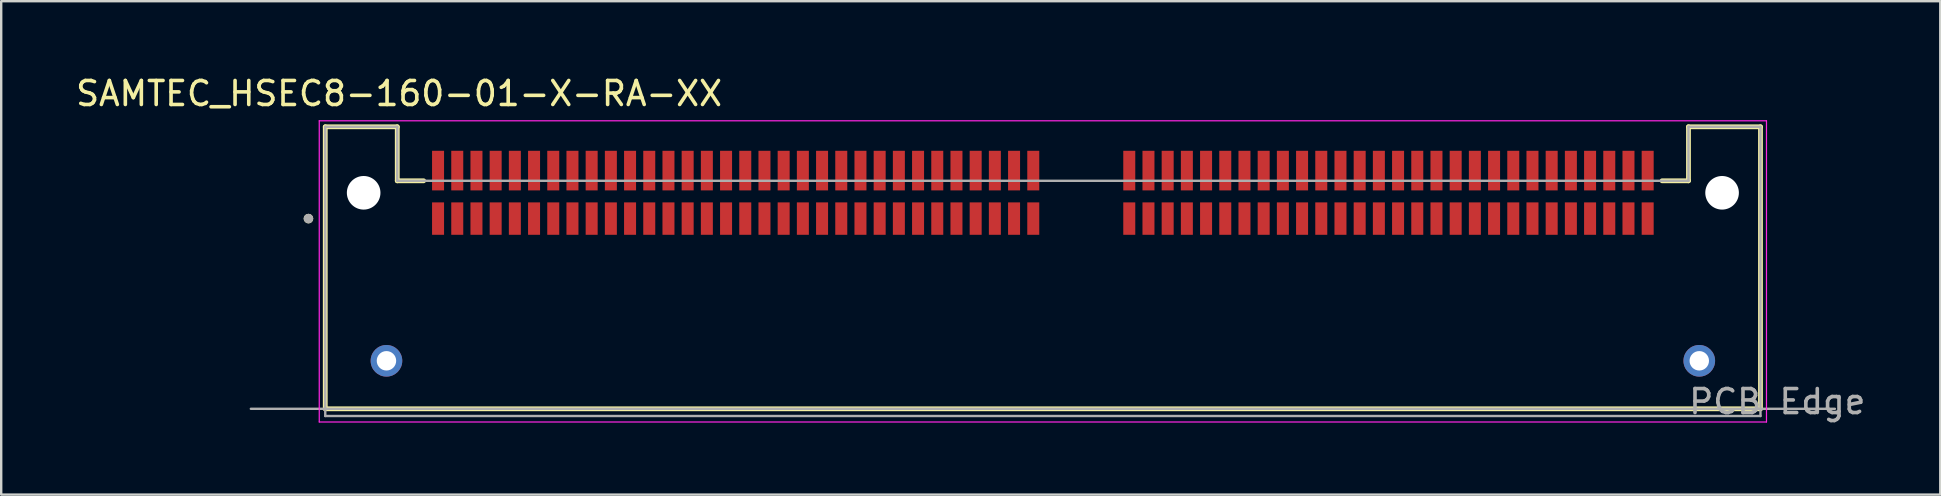
<source format=kicad_pcb>
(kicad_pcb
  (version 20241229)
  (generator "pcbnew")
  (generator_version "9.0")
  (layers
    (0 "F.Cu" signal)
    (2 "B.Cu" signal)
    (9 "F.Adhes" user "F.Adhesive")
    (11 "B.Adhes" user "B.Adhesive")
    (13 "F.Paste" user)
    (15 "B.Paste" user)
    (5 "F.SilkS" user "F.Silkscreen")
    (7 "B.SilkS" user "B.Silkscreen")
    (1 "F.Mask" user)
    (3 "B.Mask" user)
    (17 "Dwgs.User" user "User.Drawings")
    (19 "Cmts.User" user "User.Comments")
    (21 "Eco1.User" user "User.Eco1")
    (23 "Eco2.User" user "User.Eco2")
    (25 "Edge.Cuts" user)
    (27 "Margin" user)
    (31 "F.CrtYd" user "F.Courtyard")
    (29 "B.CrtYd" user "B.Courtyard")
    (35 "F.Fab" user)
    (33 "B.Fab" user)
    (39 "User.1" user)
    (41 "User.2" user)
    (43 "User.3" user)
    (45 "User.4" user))
  (footprint "SAMTEC_HSEC8-160-01-X-RA-XX"
    (layer "F.Cu")
    (at 40.402 4.983)
    (property "Reference" "SAMTEC_HSEC8-160-01-X-RA-XX" (at -26.825 -4.135 0) (layer "F.SilkS") (effects (font (size 1 1) (thickness 0.15))))
    (attr smd)
    (fp_line (start -29.9 -2.75) (end -26.9 -2.75) (stroke (width 0.2) (type solid)) (layer "F.SilkS"))
    (fp_line (start -29.9 9) (end -29.9 -2.75) (stroke (width 0.2) (type solid)) (layer "F.SilkS"))
    (fp_line (start -26.9 -2.75) (end -26.9 -0.5) (stroke (width 0.2) (type solid)) (layer "F.SilkS"))
    (fp_line (start -26.9 -0.5) (end -25.8 -0.5) (stroke (width 0.2) (type solid)) (layer "F.SilkS"))
    (fp_line (start 25.8 -0.5) (end 26.9 -0.5) (stroke (width 0.2) (type solid)) (layer "F.SilkS"))
    (fp_line (start 26.9 -2.75) (end 29.9 -2.75) (stroke (width 0.2) (type solid)) (layer "F.SilkS"))
    (fp_line (start 26.9 -0.5) (end 26.9 -2.75) (stroke (width 0.2) (type solid)) (layer "F.SilkS"))
    (fp_line (start 29.9 -2.75) (end 29.9 9) (stroke (width 0.2) (type solid)) (layer "F.SilkS"))
    (fp_line (start 29.9 9) (end -29.9 9) (stroke (width 0.2) (type solid)) (layer "F.SilkS"))
    (fp_circle (center -30.6 1.075) (end -30.5 1.075) (stroke (width 0.2) (type solid)) (fill no) (layer "F.SilkS"))
    (fp_circle (center -27.35 7) (end -26.747 7) (stroke (width 1.205) (type solid)) (fill no) (layer "F.Paste"))
    (fp_circle (center 27.35 7) (end 27.953 7) (stroke (width 1.205) (type solid)) (fill no) (layer "F.Paste"))
    (fp_line (start -30.15 -3) (end 30.15 -3) (stroke (width 0.05) (type solid)) (layer "F.CrtYd"))
    (fp_line (start -30.15 9.55) (end -30.15 -3) (stroke (width 0.05) (type solid)) (layer "F.CrtYd"))
    (fp_line (start 30.15 -3) (end 30.15 9.55) (stroke (width 0.05) (type solid)) (layer "F.CrtYd"))
    (fp_line (start 30.15 9.55) (end -30.15 9.55) (stroke (width 0.05) (type solid)) (layer "F.CrtYd"))
    (fp_line (start -33 9) (end 33 9) (stroke (width 0.1) (type solid)) (layer "F.Fab"))
    (fp_line (start -29.9 -2.75) (end -26.9 -2.75) (stroke (width 0.1) (type solid)) (layer "F.Fab"))
    (fp_line (start -29.9 9.3) (end -29.9 -2.75) (stroke (width 0.1) (type solid)) (layer "F.Fab"))
    (fp_line (start -26.9 -2.75) (end -26.9 -0.5) (stroke (width 0.1) (type solid)) (layer "F.Fab"))
    (fp_line (start -26.9 -0.5) (end 26.9 -0.5) (stroke (width 0.1) (type solid)) (layer "F.Fab"))
    (fp_line (start 26.9 -2.75) (end 29.9 -2.75) (stroke (width 0.1) (type solid)) (layer "F.Fab"))
    (fp_line (start 26.9 -0.5) (end 26.9 -2.75) (stroke (width 0.1) (type solid)) (layer "F.Fab"))
    (fp_line (start 29.9 -2.75) (end 29.9 9.3) (stroke (width 0.1) (type solid)) (layer "F.Fab"))
    (fp_line (start 29.9 9.3) (end -29.9 9.3) (stroke (width 0.1) (type solid)) (layer "F.Fab"))
    (fp_circle (center -30.6 1.075) (end -30.5 1.075) (stroke (width 0.2) (type solid)) (fill no) (layer "F.Fab"))
    (fp_text user "PCB Edge" (at 30.6 8.7 0) (layer "F.Fab") (effects (font (size 1 1) (thickness 0.15))))
    (pad "" np_thru_hole circle (at -28.3 0) (size 1.4 1.4) (drill 1.4) (layers "*.Cu" "*.Mask"))
    (pad "" np_thru_hole circle (at 28.3 0) (size 1.4 1.4) (drill 1.4) (layers "*.Cu" "*.Mask"))
    (pad "1" smd rect (at -25.2 1.075) (size 0.5 1.35) (layers "F.Cu" "F.Mask" "F.Paste"))
    (pad "2" smd rect (at -25.2 -0.925) (size 0.5 1.65) (layers "F.Cu" "F.Mask" "F.Paste"))
    (pad "3" smd rect (at -24.4 1.075) (size 0.5 1.35) (layers "F.Cu" "F.Mask" "F.Paste"))
    (pad "4" smd rect (at -24.4 -0.925) (size 0.5 1.65) (layers "F.Cu" "F.Mask" "F.Paste"))
    (pad "5" smd rect (at -23.6 1.075) (size 0.5 1.35) (layers "F.Cu" "F.Mask" "F.Paste"))
    (pad "6" smd rect (at -23.6 -0.925) (size 0.5 1.65) (layers "F.Cu" "F.Mask" "F.Paste"))
    (pad "7" smd rect (at -22.8 1.075) (size 0.5 1.35) (layers "F.Cu" "F.Mask" "F.Paste"))
    (pad "8" smd rect (at -22.8 -0.925) (size 0.5 1.65) (layers "F.Cu" "F.Mask" "F.Paste"))
    (pad "9" smd rect (at -22 1.075) (size 0.5 1.35) (layers "F.Cu" "F.Mask" "F.Paste"))
    (pad "10" smd rect (at -22 -0.925) (size 0.5 1.65) (layers "F.Cu" "F.Mask" "F.Paste"))
    (pad "11" smd rect (at -21.2 1.075) (size 0.5 1.35) (layers "F.Cu" "F.Mask" "F.Paste"))
    (pad "12" smd rect (at -21.2 -0.925) (size 0.5 1.65) (layers "F.Cu" "F.Mask" "F.Paste"))
    (pad "13" smd rect (at -20.4 1.075) (size 0.5 1.35) (layers "F.Cu" "F.Mask" "F.Paste"))
    (pad "14" smd rect (at -20.4 -0.925) (size 0.5 1.65) (layers "F.Cu" "F.Mask" "F.Paste"))
    (pad "15" smd rect (at -19.6 1.075) (size 0.5 1.35) (layers "F.Cu" "F.Mask" "F.Paste"))
    (pad "16" smd rect (at -19.6 -0.925) (size 0.5 1.65) (layers "F.Cu" "F.Mask" "F.Paste"))
    (pad "17" smd rect (at -18.8 1.075) (size 0.5 1.35) (layers "F.Cu" "F.Mask" "F.Paste"))
    (pad "18" smd rect (at -18.8 -0.925) (size 0.5 1.65) (layers "F.Cu" "F.Mask" "F.Paste"))
    (pad "19" smd rect (at -18 1.075) (size 0.5 1.35) (layers "F.Cu" "F.Mask" "F.Paste"))
    (pad "20" smd rect (at -18 -0.925) (size 0.5 1.65) (layers "F.Cu" "F.Mask" "F.Paste"))
    (pad "21" smd rect (at -17.2 1.075) (size 0.5 1.35) (layers "F.Cu" "F.Mask" "F.Paste"))
    (pad "22" smd rect (at -17.2 -0.925) (size 0.5 1.65) (layers "F.Cu" "F.Mask" "F.Paste"))
    (pad "23" smd rect (at -16.4 1.075) (size 0.5 1.35) (layers "F.Cu" "F.Mask" "F.Paste"))
    (pad "24" smd rect (at -16.4 -0.925) (size 0.5 1.65) (layers "F.Cu" "F.Mask" "F.Paste"))
    (pad "25" smd rect (at -15.6 1.075) (size 0.5 1.35) (layers "F.Cu" "F.Mask" "F.Paste"))
    (pad "26" smd rect (at -15.6 -0.925) (size 0.5 1.65) (layers "F.Cu" "F.Mask" "F.Paste"))
    (pad "27" smd rect (at -14.8 1.075) (size 0.5 1.35) (layers "F.Cu" "F.Mask" "F.Paste"))
    (pad "28" smd rect (at -14.8 -0.925) (size 0.5 1.65) (layers "F.Cu" "F.Mask" "F.Paste"))
    (pad "29" smd rect (at -14 1.075) (size 0.5 1.35) (layers "F.Cu" "F.Mask" "F.Paste"))
    (pad "30" smd rect (at -14 -0.925) (size 0.5 1.65) (layers "F.Cu" "F.Mask" "F.Paste"))
    (pad "31" smd rect (at -13.2 1.075) (size 0.5 1.35) (layers "F.Cu" "F.Mask" "F.Paste"))
    (pad "32" smd rect (at -13.2 -0.925) (size 0.5 1.65) (layers "F.Cu" "F.Mask" "F.Paste"))
    (pad "33" smd rect (at -12.4 1.075) (size 0.5 1.35) (layers "F.Cu" "F.Mask" "F.Paste"))
    (pad "34" smd rect (at -12.4 -0.925) (size 0.5 1.65) (layers "F.Cu" "F.Mask" "F.Paste"))
    (pad "35" smd rect (at -11.6 1.075) (size 0.5 1.35) (layers "F.Cu" "F.Mask" "F.Paste"))
    (pad "36" smd rect (at -11.6 -0.925) (size 0.5 1.65) (layers "F.Cu" "F.Mask" "F.Paste"))
    (pad "37" smd rect (at -10.8 1.075) (size 0.5 1.35) (layers "F.Cu" "F.Mask" "F.Paste"))
    (pad "38" smd rect (at -10.8 -0.925) (size 0.5 1.65) (layers "F.Cu" "F.Mask" "F.Paste"))
    (pad "39" smd rect (at -10 1.075) (size 0.5 1.35) (layers "F.Cu" "F.Mask" "F.Paste"))
    (pad "40" smd rect (at -10 -0.925) (size 0.5 1.65) (layers "F.Cu" "F.Mask" "F.Paste"))
    (pad "41" smd rect (at -9.2 1.075) (size 0.5 1.35) (layers "F.Cu" "F.Mask" "F.Paste"))
    (pad "42" smd rect (at -9.2 -0.925) (size 0.5 1.65) (layers "F.Cu" "F.Mask" "F.Paste"))
    (pad "43" smd rect (at -8.4 1.075) (size 0.5 1.35) (layers "F.Cu" "F.Mask" "F.Paste"))
    (pad "44" smd rect (at -8.4 -0.925) (size 0.5 1.65) (layers "F.Cu" "F.Mask" "F.Paste"))
    (pad "45" smd rect (at -7.6 1.075) (size 0.5 1.35) (layers "F.Cu" "F.Mask" "F.Paste"))
    (pad "46" smd rect (at -7.6 -0.925) (size 0.5 1.65) (layers "F.Cu" "F.Mask" "F.Paste"))
    (pad "47" smd rect (at -6.8 1.075) (size 0.5 1.35) (layers "F.Cu" "F.Mask" "F.Paste"))
    (pad "48" smd rect (at -6.8 -0.925) (size 0.5 1.65) (layers "F.Cu" "F.Mask" "F.Paste"))
    (pad "49" smd rect (at -6 1.075) (size 0.5 1.35) (layers "F.Cu" "F.Mask" "F.Paste"))
    (pad "50" smd rect (at -6 -0.925) (size 0.5 1.65) (layers "F.Cu" "F.Mask" "F.Paste"))
    (pad "51" smd rect (at -5.2 1.075) (size 0.5 1.35) (layers "F.Cu" "F.Mask" "F.Paste"))
    (pad "52" smd rect (at -5.2 -0.925) (size 0.5 1.65) (layers "F.Cu" "F.Mask" "F.Paste"))
    (pad "53" smd rect (at -4.4 1.075) (size 0.5 1.35) (layers "F.Cu" "F.Mask" "F.Paste"))
    (pad "54" smd rect (at -4.4 -0.925) (size 0.5 1.65) (layers "F.Cu" "F.Mask" "F.Paste"))
    (pad "55" smd rect (at -3.6 1.075) (size 0.5 1.35) (layers "F.Cu" "F.Mask" "F.Paste"))
    (pad "56" smd rect (at -3.6 -0.925) (size 0.5 1.65) (layers "F.Cu" "F.Mask" "F.Paste"))
    (pad "57" smd rect (at -2.8 1.075) (size 0.5 1.35) (layers "F.Cu" "F.Mask" "F.Paste"))
    (pad "58" smd rect (at -2.8 -0.925) (size 0.5 1.65) (layers "F.Cu" "F.Mask" "F.Paste"))
    (pad "59" smd rect (at -2 1.075) (size 0.5 1.35) (layers "F.Cu" "F.Mask" "F.Paste"))
    (pad "60" smd rect (at -2 -0.925) (size 0.5 1.65) (layers "F.Cu" "F.Mask" "F.Paste"))
    (pad "61" smd rect (at -1.2 1.075) (size 0.5 1.35) (layers "F.Cu" "F.Mask" "F.Paste"))
    (pad "62" smd rect (at -1.2 -0.925) (size 0.5 1.65) (layers "F.Cu" "F.Mask" "F.Paste"))
    (pad "63" smd rect (at -0.4 1.075) (size 0.5 1.35) (layers "F.Cu" "F.Mask" "F.Paste"))
    (pad "64" smd rect (at -0.4 -0.925) (size 0.5 1.65) (layers "F.Cu" "F.Mask" "F.Paste"))
    (pad "65" smd rect (at 3.6 1.075) (size 0.5 1.35) (layers "F.Cu" "F.Mask" "F.Paste"))
    (pad "66" smd rect (at 3.6 -0.925) (size 0.5 1.65) (layers "F.Cu" "F.Mask" "F.Paste"))
    (pad "67" smd rect (at 4.4 1.075) (size 0.5 1.35) (layers "F.Cu" "F.Mask" "F.Paste"))
    (pad "68" smd rect (at 4.4 -0.925) (size 0.5 1.65) (layers "F.Cu" "F.Mask" "F.Paste"))
    (pad "69" smd rect (at 5.2 1.075) (size 0.5 1.35) (layers "F.Cu" "F.Mask" "F.Paste"))
    (pad "70" smd rect (at 5.2 -0.925) (size 0.5 1.65) (layers "F.Cu" "F.Mask" "F.Paste"))
    (pad "71" smd rect (at 6 1.075) (size 0.5 1.35) (layers "F.Cu" "F.Mask" "F.Paste"))
    (pad "72" smd rect (at 6 -0.925) (size 0.5 1.65) (layers "F.Cu" "F.Mask" "F.Paste"))
    (pad "73" smd rect (at 6.8 1.075) (size 0.5 1.35) (layers "F.Cu" "F.Mask" "F.Paste"))
    (pad "74" smd rect (at 6.8 -0.925) (size 0.5 1.65) (layers "F.Cu" "F.Mask" "F.Paste"))
    (pad "75" smd rect (at 7.6 1.075) (size 0.5 1.35) (layers "F.Cu" "F.Mask" "F.Paste"))
    (pad "76" smd rect (at 7.6 -0.925) (size 0.5 1.65) (layers "F.Cu" "F.Mask" "F.Paste"))
    (pad "77" smd rect (at 8.4 1.075) (size 0.5 1.35) (layers "F.Cu" "F.Mask" "F.Paste"))
    (pad "78" smd rect (at 8.4 -0.925) (size 0.5 1.65) (layers "F.Cu" "F.Mask" "F.Paste"))
    (pad "79" smd rect (at 9.2 1.075) (size 0.5 1.35) (layers "F.Cu" "F.Mask" "F.Paste"))
    (pad "80" smd rect (at 9.2 -0.925) (size 0.5 1.65) (layers "F.Cu" "F.Mask" "F.Paste"))
    (pad "81" smd rect (at 10 1.075) (size 0.5 1.35) (layers "F.Cu" "F.Mask" "F.Paste"))
    (pad "82" smd rect (at 10 -0.925) (size 0.5 1.65) (layers "F.Cu" "F.Mask" "F.Paste"))
    (pad "83" smd rect (at 10.8 1.075) (size 0.5 1.35) (layers "F.Cu" "F.Mask" "F.Paste"))
    (pad "84" smd rect (at 10.8 -0.925) (size 0.5 1.65) (layers "F.Cu" "F.Mask" "F.Paste"))
    (pad "85" smd rect (at 11.6 1.075) (size 0.5 1.35) (layers "F.Cu" "F.Mask" "F.Paste"))
    (pad "86" smd rect (at 11.6 -0.925) (size 0.5 1.65) (layers "F.Cu" "F.Mask" "F.Paste"))
    (pad "87" smd rect (at 12.4 1.075) (size 0.5 1.35) (layers "F.Cu" "F.Mask" "F.Paste"))
    (pad "88" smd rect (at 12.4 -0.925) (size 0.5 1.65) (layers "F.Cu" "F.Mask" "F.Paste"))
    (pad "89" smd rect (at 13.2 1.075) (size 0.5 1.35) (layers "F.Cu" "F.Mask" "F.Paste"))
    (pad "90" smd rect (at 13.2 -0.925) (size 0.5 1.65) (layers "F.Cu" "F.Mask" "F.Paste"))
    (pad "91" smd rect (at 14 1.075) (size 0.5 1.35) (layers "F.Cu" "F.Mask" "F.Paste"))
    (pad "92" smd rect (at 14 -0.925) (size 0.5 1.65) (layers "F.Cu" "F.Mask" "F.Paste"))
    (pad "93" smd rect (at 14.8 1.075) (size 0.5 1.35) (layers "F.Cu" "F.Mask" "F.Paste"))
    (pad "94" smd rect (at 14.8 -0.925) (size 0.5 1.65) (layers "F.Cu" "F.Mask" "F.Paste"))
    (pad "95" smd rect (at 15.6 1.075) (size 0.5 1.35) (layers "F.Cu" "F.Mask" "F.Paste"))
    (pad "96" smd rect (at 15.6 -0.925) (size 0.5 1.65) (layers "F.Cu" "F.Mask" "F.Paste"))
    (pad "97" smd rect (at 16.4 1.075) (size 0.5 1.35) (layers "F.Cu" "F.Mask" "F.Paste"))
    (pad "98" smd rect (at 16.4 -0.925) (size 0.5 1.65) (layers "F.Cu" "F.Mask" "F.Paste"))
    (pad "99" smd rect (at 17.2 1.075) (size 0.5 1.35) (layers "F.Cu" "F.Mask" "F.Paste"))
    (pad "100" smd rect (at 17.2 -0.925) (size 0.5 1.65) (layers "F.Cu" "F.Mask" "F.Paste"))
    (pad "101" smd rect (at 18 1.075) (size 0.5 1.35) (layers "F.Cu" "F.Mask" "F.Paste"))
    (pad "102" smd rect (at 18 -0.925) (size 0.5 1.65) (layers "F.Cu" "F.Mask" "F.Paste"))
    (pad "103" smd rect (at 18.8 1.075) (size 0.5 1.35) (layers "F.Cu" "F.Mask" "F.Paste"))
    (pad "104" smd rect (at 18.8 -0.925) (size 0.5 1.65) (layers "F.Cu" "F.Mask" "F.Paste"))
    (pad "105" smd rect (at 19.6 1.075) (size 0.5 1.35) (layers "F.Cu" "F.Mask" "F.Paste"))
    (pad "106" smd rect (at 19.6 -0.925) (size 0.5 1.65) (layers "F.Cu" "F.Mask" "F.Paste"))
    (pad "107" smd rect (at 20.4 1.075) (size 0.5 1.35) (layers "F.Cu" "F.Mask" "F.Paste"))
    (pad "108" smd rect (at 20.4 -0.925) (size 0.5 1.65) (layers "F.Cu" "F.Mask" "F.Paste"))
    (pad "109" smd rect (at 21.2 1.075) (size 0.5 1.35) (layers "F.Cu" "F.Mask" "F.Paste"))
    (pad "110" smd rect (at 21.2 -0.925) (size 0.5 1.65) (layers "F.Cu" "F.Mask" "F.Paste"))
    (pad "111" smd rect (at 22 1.075) (size 0.5 1.35) (layers "F.Cu" "F.Mask" "F.Paste"))
    (pad "112" smd rect (at 22 -0.925) (size 0.5 1.65) (layers "F.Cu" "F.Mask" "F.Paste"))
    (pad "113" smd rect (at 22.8 1.075) (size 0.5 1.35) (layers "F.Cu" "F.Mask" "F.Paste"))
    (pad "114" smd rect (at 22.8 -0.925) (size 0.5 1.65) (layers "F.Cu" "F.Mask" "F.Paste"))
    (pad "115" smd rect (at 23.6 1.075) (size 0.5 1.35) (layers "F.Cu" "F.Mask" "F.Paste"))
    (pad "116" smd rect (at 23.6 -0.925) (size 0.5 1.65) (layers "F.Cu" "F.Mask" "F.Paste"))
    (pad "117" smd rect (at 24.4 1.075) (size 0.5 1.35) (layers "F.Cu" "F.Mask" "F.Paste"))
    (pad "118" smd rect (at 24.4 -0.925) (size 0.5 1.65) (layers "F.Cu" "F.Mask" "F.Paste"))
    (pad "119" smd rect (at 25.2 1.075) (size 0.5 1.35) (layers "F.Cu" "F.Mask" "F.Paste"))
    (pad "120" smd rect (at 25.2 -0.925) (size 0.5 1.65) (layers "F.Cu" "F.Mask" "F.Paste"))
    (pad "S1" thru_hole circle (at -27.35 7) (size 1.318 1.318) (drill 0.81) (layers "*.Cu" "*.Mask"))
    (pad "S2" thru_hole circle (at 27.35 7) (size 1.318 1.318) (drill 0.81) (layers "*.Cu" "*.Mask")))
  (gr_rect
    (start -3 -3)
    (end 77.794 17.558)
    (stroke (width 0.1) (type default))
    (fill no)
    (layer "Edge.Cuts")))
</source>
